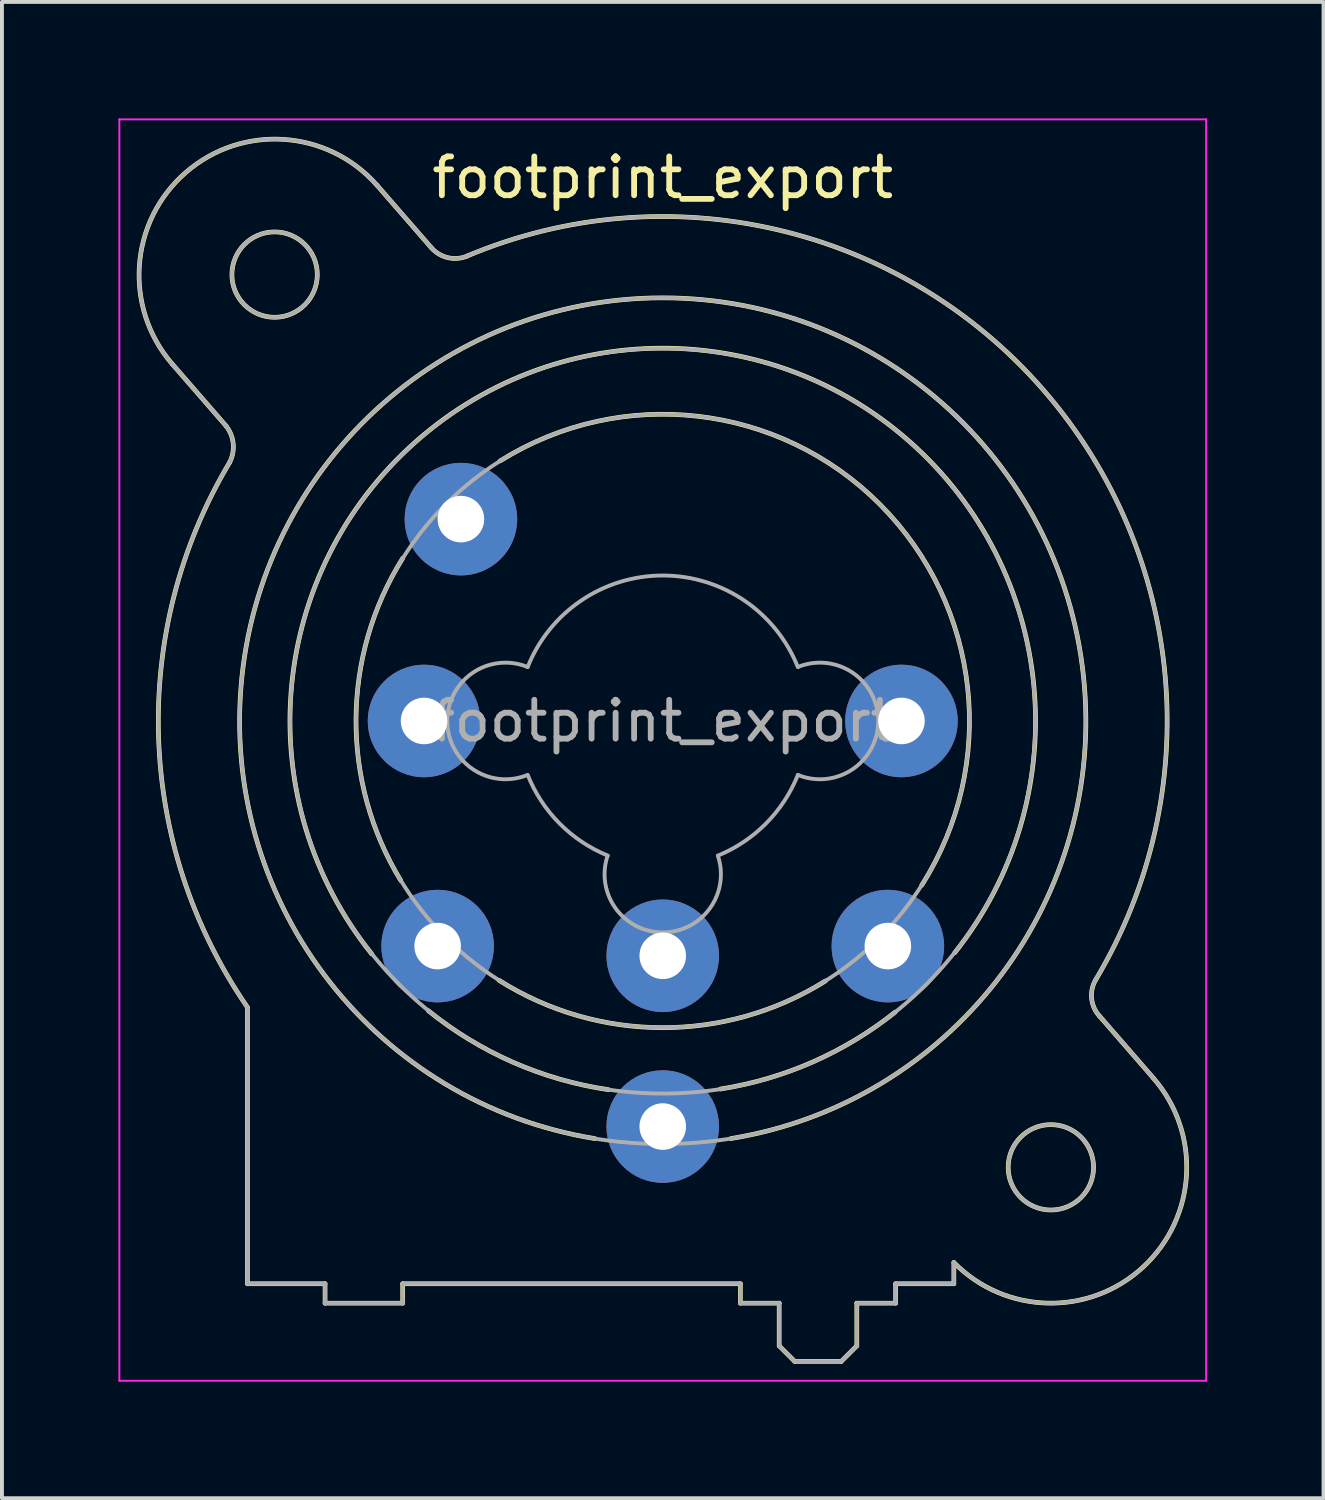
<source format=kicad_pcb>
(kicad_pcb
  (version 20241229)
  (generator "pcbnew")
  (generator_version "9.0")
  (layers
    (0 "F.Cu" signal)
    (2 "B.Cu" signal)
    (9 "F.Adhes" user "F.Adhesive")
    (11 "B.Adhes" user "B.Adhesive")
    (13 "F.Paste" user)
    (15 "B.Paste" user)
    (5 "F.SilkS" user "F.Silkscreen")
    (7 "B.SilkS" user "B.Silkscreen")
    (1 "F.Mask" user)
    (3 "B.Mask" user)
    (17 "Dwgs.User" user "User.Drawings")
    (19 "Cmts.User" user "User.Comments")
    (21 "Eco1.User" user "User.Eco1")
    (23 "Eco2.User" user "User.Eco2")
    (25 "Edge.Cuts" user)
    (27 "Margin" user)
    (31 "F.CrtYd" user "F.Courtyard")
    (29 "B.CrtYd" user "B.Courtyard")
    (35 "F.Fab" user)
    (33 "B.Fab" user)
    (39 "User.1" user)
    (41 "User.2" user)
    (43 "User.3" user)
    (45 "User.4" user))
  (footprint "footprint_export"
    (layer "F.Cu")
    (at 20.175 15.525)
    (property "Reference" "footprint_export" (at -6.15 -14 0) (layer "F.SilkS") (effects (font (size 1 1) (thickness 0.15))))
    (attr through_hole)
    (fp_line (start -17.4 -7.6) (end -18.79 -9.2) (stroke (width 0.12) (type solid)) (layer "F.SilkS"))
    (fp_line (start -16.85 14.5) (end -16.85 7.38) (stroke (width 0.12) (type solid)) (layer "F.SilkS"))
    (fp_line (start -14.85 14.5) (end -16.85 14.5) (stroke (width 0.12) (type solid)) (layer "F.SilkS"))
    (fp_line (start -14.85 14.5) (end -14.85 15) (stroke (width 0.12) (type solid)) (layer "F.SilkS"))
    (fp_line (start -13.51 -13.8) (end -12.11 -12.19) (stroke (width 0.12) (type solid)) (layer "F.SilkS"))
    (fp_line (start -12.85 14.5) (end -12.85 15) (stroke (width 0.12) (type solid)) (layer "F.SilkS"))
    (fp_line (start -12.85 15) (end -14.85 15) (stroke (width 0.12) (type solid)) (layer "F.SilkS"))
    (fp_line (start -4.15 14.5) (end -12.85 14.5) (stroke (width 0.12) (type solid)) (layer "F.SilkS"))
    (fp_line (start -4.15 14.5) (end -4.15 15) (stroke (width 0.12) (type solid)) (layer "F.SilkS"))
    (fp_line (start -3.15 15) (end -4.15 15) (stroke (width 0.12) (type solid)) (layer "F.SilkS"))
    (fp_line (start -3.15 15) (end -3.15 16.1) (stroke (width 0.12) (type solid)) (layer "F.SilkS"))
    (fp_line (start -3.15 16.1) (end -2.75 16.5) (stroke (width 0.12) (type solid)) (layer "F.SilkS"))
    (fp_line (start -1.55 16.5) (end -2.75 16.5) (stroke (width 0.12) (type solid)) (layer "F.SilkS"))
    (fp_line (start -1.15 15) (end -1.15 16.1) (stroke (width 0.12) (type solid)) (layer "F.SilkS"))
    (fp_line (start -1.15 16.1) (end -1.55 16.5) (stroke (width 0.12) (type solid)) (layer "F.SilkS"))
    (fp_line (start -0.15 14.5) (end -0.15 15) (stroke (width 0.12) (type solid)) (layer "F.SilkS"))
    (fp_line (start -0.15 15) (end -1.15 15) (stroke (width 0.12) (type solid)) (layer "F.SilkS"))
    (fp_line (start 1.35 13.95) (end 1.35 14.5) (stroke (width 0.12) (type solid)) (layer "F.SilkS"))
    (fp_line (start 1.35 14.5) (end -0.15 14.5) (stroke (width 0.12) (type solid)) (layer "F.SilkS"))
    (fp_line (start 5.1 7.6) (end 6.49 9.2) (stroke (width 0.12) (type solid)) (layer "F.SilkS"))
    (fp_arc (start -18.79 -9.2) (mid -18.45 -14.14) (end -13.51 -13.8) (stroke (width 0.12) (type solid)) (layer "F.SilkS"))
    (fp_arc (start -17.400452 -7.59955) (mid -17.216295 -7.14315) (end -17.31 -6.66) (stroke (width 0.12) (type solid)) (layer "F.SilkS"))
    (fp_arc (start -16.851206 7.374645) (mid -19.139261 0.42462) (end -17.31 -6.66) (stroke (width 0.12) (type solid)) (layer "F.SilkS"))
    (fp_arc (start -13.65 6) (mid -6.168408 -9.604669) (end 1.372943 5.971208) (stroke (width 0.12) (type solid)) (layer "F.SilkS"))
    (fp_arc (start -12.9 4.11) (mid -14.052663 -0.0501) (end -12.847348 -4.195251) (stroke (width 0.12) (type solid)) (layer "F.SilkS"))
    (fp_arc (start -11.201352 -11.974349) (mid 3.655031 -8.530097) (end 5.01 6.66) (stroke (width 0.12) (type solid)) (layer "F.SilkS"))
    (fp_arc (start -11.177539 -11.981856) (mid -11.677484 -11.93489) (end -12.11 -12.19) (stroke (width 0.12) (type solid)) (layer "F.SilkS"))
    (fp_arc (start -10.34 -6.7) (mid -0.544787 -5.570251) (end 0.523653 4.231839) (stroke (width 0.12) (type solid)) (layer "F.SilkS"))
    (fp_arc (start -7.9 10.76) (mid -6.152346 -10.90138) (end -4.395368 10.759246) (stroke (width 0.12) (type solid)) (layer "F.SilkS"))
    (fp_arc (start -7.55 9.5) (mid -10.007174 8.793873) (end -12.190932 7.464391) (stroke (width 0.12) (type solid)) (layer "F.SilkS"))
    (fp_arc (start -1.96 6.7) (mid -6.167825 7.902264) (end -10.370184 6.681029) (stroke (width 0.12) (type solid)) (layer "F.SilkS"))
    (fp_arc (start -0.16 7.5) (mid -2.282236 8.784674) (end -4.662837 9.482534) (stroke (width 0.12) (type solid)) (layer "F.SilkS"))
    (fp_arc (start 5.109394 7.611661) (mid 4.900255 7.152483) (end 5.01 6.66) (stroke (width 0.12) (type solid)) (layer "F.SilkS"))
    (fp_arc (start 6.49 9.2) (mid 6.227307 14.070606) (end 1.351052 13.95252) (stroke (width 0.12) (type solid)) (layer "F.SilkS"))
    (fp_circle (center -16.15 -11.5) (end -15.05 -11.5) (stroke (width 0.12) (type solid)) (fill no) (layer "F.SilkS"))
    (fp_circle (center 3.85 11.5) (end 4.95 11.5) (stroke (width 0.12) (type solid)) (fill no) (layer "F.SilkS"))
    (fp_line (start -20.15 -15.5) (end 7.85 -15.5) (stroke (width 0.05) (type solid)) (layer "F.CrtYd"))
    (fp_line (start -20.15 17) (end -20.15 -15.5) (stroke (width 0.05) (type solid)) (layer "F.CrtYd"))
    (fp_line (start 7.85 -15.5) (end 7.85 17) (stroke (width 0.05) (type solid)) (layer "F.CrtYd"))
    (fp_line (start 7.85 17) (end -20.15 17) (stroke (width 0.05) (type solid)) (layer "F.CrtYd"))
    (fp_line (start -17.4 -7.6) (end -18.79 -9.2) (stroke (width 0.1) (type solid)) (layer "F.Fab"))
    (fp_line (start -16.85 14.5) (end -16.85 7.38) (stroke (width 0.1) (type solid)) (layer "F.Fab"))
    (fp_line (start -14.85 14.5) (end -16.85 14.5) (stroke (width 0.1) (type solid)) (layer "F.Fab"))
    (fp_line (start -14.85 14.5) (end -14.85 15) (stroke (width 0.1) (type solid)) (layer "F.Fab"))
    (fp_line (start -13.51 -13.8) (end -12.11 -12.19) (stroke (width 0.1) (type solid)) (layer "F.Fab"))
    (fp_line (start -12.85 14.5) (end -12.85 15) (stroke (width 0.1) (type solid)) (layer "F.Fab"))
    (fp_line (start -12.85 15) (end -14.85 15) (stroke (width 0.1) (type solid)) (layer "F.Fab"))
    (fp_line (start -4.15 14.5) (end -12.85 14.5) (stroke (width 0.1) (type solid)) (layer "F.Fab"))
    (fp_line (start -4.15 14.5) (end -4.15 15) (stroke (width 0.1) (type solid)) (layer "F.Fab"))
    (fp_line (start -3.15 15) (end -4.15 15) (stroke (width 0.1) (type solid)) (layer "F.Fab"))
    (fp_line (start -3.15 15) (end -3.15 16.1) (stroke (width 0.1) (type solid)) (layer "F.Fab"))
    (fp_line (start -3.15 16.1) (end -2.75 16.5) (stroke (width 0.1) (type solid)) (layer "F.Fab"))
    (fp_line (start -1.55 16.5) (end -2.75 16.5) (stroke (width 0.1) (type solid)) (layer "F.Fab"))
    (fp_line (start -1.15 15) (end -1.15 16.1) (stroke (width 0.1) (type solid)) (layer "F.Fab"))
    (fp_line (start -1.15 16.1) (end -1.55 16.5) (stroke (width 0.1) (type solid)) (layer "F.Fab"))
    (fp_line (start -0.15 14.5) (end -0.15 15) (stroke (width 0.1) (type solid)) (layer "F.Fab"))
    (fp_line (start -0.15 15) (end -1.15 15) (stroke (width 0.1) (type solid)) (layer "F.Fab"))
    (fp_line (start 1.35 13.95) (end 1.35 14.5) (stroke (width 0.1) (type solid)) (layer "F.Fab"))
    (fp_line (start 1.35 14.5) (end -0.15 14.5) (stroke (width 0.1) (type solid)) (layer "F.Fab"))
    (fp_line (start 5.1 7.6) (end 6.49 9.2) (stroke (width 0.1) (type solid)) (layer "F.Fab"))
    (fp_arc (start -18.79 -9.2) (mid -18.45 -14.14) (end -13.51 -13.8) (stroke (width 0.1) (type solid)) (layer "F.Fab"))
    (fp_arc (start -17.400452 -7.59955) (mid -17.216295 -7.14315) (end -17.31 -6.66) (stroke (width 0.1) (type solid)) (layer "F.Fab"))
    (fp_arc (start -16.851206 7.374645) (mid -19.139261 0.42462) (end -17.31 -6.66) (stroke (width 0.1) (type solid)) (layer "F.Fab"))
    (fp_arc (start -11.201352 -11.974349) (mid 3.655031 -8.530097) (end 5.01 6.66) (stroke (width 0.1) (type solid)) (layer "F.Fab"))
    (fp_arc (start -11.177539 -11.981856) (mid -11.677484 -11.93489) (end -12.11 -12.19) (stroke (width 0.1) (type solid)) (layer "F.Fab"))
    (fp_arc (start -9.634717 1.391925) (mid -11.702329 -0.002547) (end -9.63 -1.39) (stroke (width 0.1) (type solid)) (layer "F.Fab"))
    (fp_arc (start -9.631116 -1.387204) (mid -6.151505 -3.747333) (end -2.67 -1.39) (stroke (width 0.1) (type solid)) (layer "F.Fab"))
    (fp_arc (start -7.567529 3.468878) (mid -8.810241 2.639246) (end -9.63 1.39) (stroke (width 0.1) (type solid)) (layer "F.Fab"))
    (fp_arc (start -4.729599 3.471189) (mid -6.150627 5.448932) (end -7.57 3.47) (stroke (width 0.1) (type solid)) (layer "F.Fab"))
    (fp_arc (start -2.667476 1.389002) (mid -3.487046 2.639314) (end -4.73 3.47) (stroke (width 0.1) (type solid)) (layer "F.Fab"))
    (fp_arc (start -2.665283 -1.391925) (mid -0.597671 0.002547) (end -2.67 1.39) (stroke (width 0.1) (type solid)) (layer "F.Fab"))
    (fp_arc (start 5.109394 7.611661) (mid 4.900255 7.152483) (end 5.01 6.66) (stroke (width 0.1) (type solid)) (layer "F.Fab"))
    (fp_arc (start 6.49 9.2) (mid 6.227307 14.070606) (end 1.351052 13.95252) (stroke (width 0.1) (type solid)) (layer "F.Fab"))
    (fp_circle (center -16.15 -11.5) (end -15.05 -11.5) (stroke (width 0.1) (type solid)) (fill no) (layer "F.Fab"))
    (fp_circle (center -6.15 0) (end 1.75 0) (stroke (width 0.1) (type solid)) (fill no) (layer "F.Fab"))
    (fp_circle (center -6.15 0) (end 3.45 0) (stroke (width 0.1) (type solid)) (fill no) (layer "F.Fab"))
    (fp_circle (center -6.15 0) (end 4.75 0) (stroke (width 0.1) (type solid)) (fill no) (layer "F.Fab"))
    (fp_circle (center 3.85 11.5) (end 4.95 11.5) (stroke (width 0.1) (type solid)) (fill no) (layer "F.Fab"))
    (fp_text user "${REFERENCE}" (at -6.15 0 0) (layer "F.Fab") (effects (font (size 1 1) (thickness 0.15))))
    (pad "1" thru_hole circle (at 0 0) (size 2.9 2.9) (drill 1.2) (layers "*.Cu" "*.Mask"))
    (pad "2" thru_hole circle (at -12.3 0) (size 2.9 2.9) (drill 1.2) (layers "*.Cu" "*.Mask"))
    (pad "3" thru_hole circle (at -6.15 6.05) (size 2.9 2.9) (drill 1.2) (layers "*.Cu" "*.Mask"))
    (pad "G" thru_hole circle (at -6.15 10.45) (size 2.9 2.9) (drill 1.2) (layers "*.Cu" "*.Mask"))
    (pad "R" thru_hole circle (at -0.35 5.8) (size 2.9 2.9) (drill 1.2) (layers "*.Cu" "*.Mask"))
    (pad "S" thru_hole circle (at -11.95 5.8) (size 2.9 2.9) (drill 1.2) (layers "*.Cu" "*.Mask"))
    (pad "T" thru_hole circle (at -11.35 -5.2) (size 2.9 2.9) (drill 1.2) (layers "*.Cu" "*.Mask")))
  (gr_rect
    (start -3 -3)
    (end 31.05 35.55)
    (stroke (width 0.1) (type default))
    (fill no)
    (layer "Edge.Cuts")))
</source>
